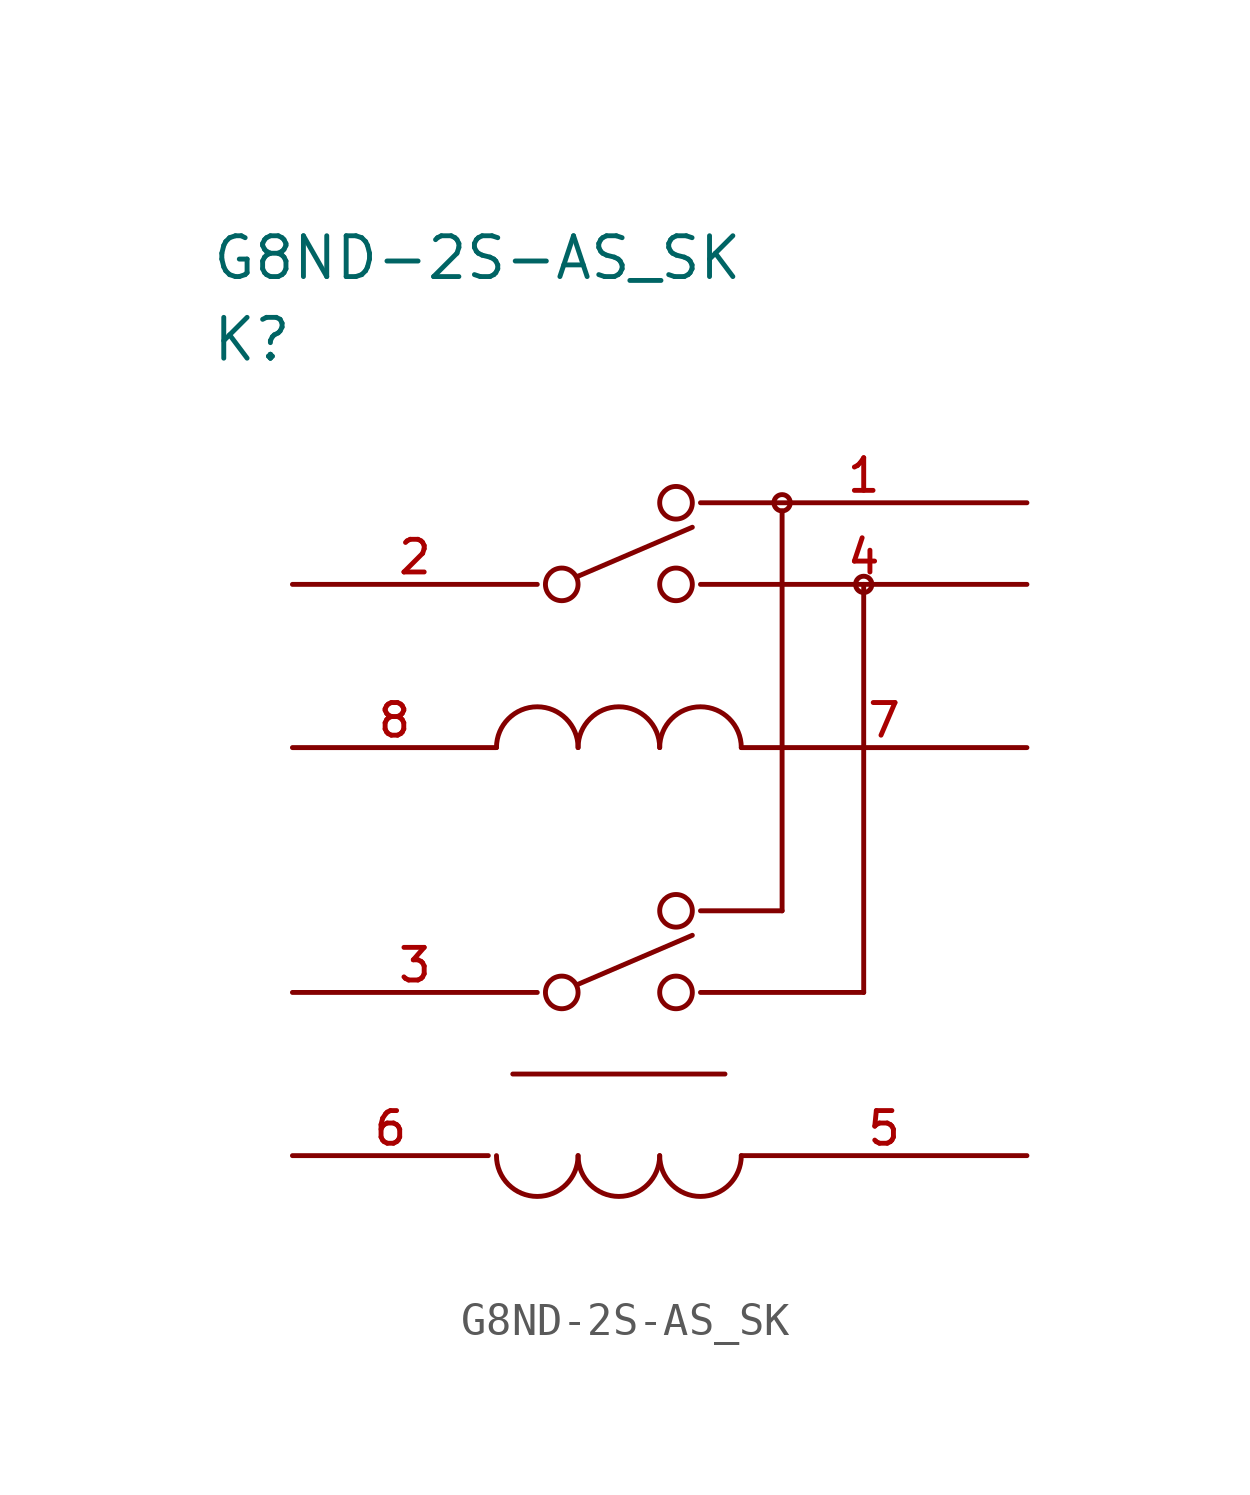
<source format=kicad_sym>
(kicad_symbol_lib
  (version 20211014)
  (generator kicad_symbol_editor)
  (symbol "G8ND-2S-AS_SK"
    (pin_names
      (offset 1.016))
    (property "Reference" "K"
      (at 0 7.62 0)
      (effects (font (size 1.27 1.27)) (justify left)))
    (property "Value" "G8ND-2S-AS_SK"
      (at 0 10.16 0)
      (effects (font (size 1.27 1.27)) (justify left)))
    (property "ki_locked" ""
      (at 0 0 0)
      (effects (font (size 1.27 1.27))))
    (symbol "G8ND-2S-AS_SK_1_1"
      (polyline (pts (xy 11.43 -12.446) (xy 14.986 -10.922)) (stroke (width 0) (type default) (color 0 0 0 0)) (fill (type none)))
      (polyline (pts (xy 11.43 0.254) (xy 11.43 0.254)) (stroke (width 0) (type default) (color 0 0 0 0)) (fill (type none)))
      (polyline (pts (xy 11.43 0.254) (xy 14.986 1.778)) (stroke (width 0) (type default) (color 0 0 0 0)) (fill (type none)))
      (polyline (pts (xy 15.24 -12.7) (xy 20.32 -12.7)) (stroke (width 0) (type default) (color 0 0 0 0)) (fill (type none)))
      (polyline (pts (xy 15.24 -10.16) (xy 17.78 -10.16)) (stroke (width 0) (type default) (color 0 0 0 0)) (fill (type none)))
      (polyline (pts (xy 16.002 -15.24) (xy 9.398 -15.24)) (stroke (width 0) (type default) (color 0 0 0 0)) (fill (type none)))
      (polyline (pts (xy 17.78 -10.16) (xy 17.78 2.286)) (stroke (width 0) (type default) (color 0 0 0 0)) (fill (type none)))
      (polyline (pts (xy 20.32 -12.7) (xy 20.32 0)) (stroke (width 0) (type default) (color 0 0 0 0)) (fill (type none)))
      (arc (start 8.89 -17.78) (mid 10.16 -19.05) (end 11.43 -17.78) (stroke (width 0) (type default) (color 0 0 0 0)) (fill (type none)))
      (circle (center 10.922 -12.7) (radius 0.508) (stroke (width 0) (type default) (color 0 0 0 0)) (fill (type none)))
      (circle (center 10.922 0) (radius 0.508) (stroke (width 0) (type default) (color 0 0 0 0)) (fill (type none)))
      (arc (start 11.43 -17.78) (mid 12.7 -19.05) (end 13.97 -17.78) (stroke (width 0) (type default) (color 0 0 0 0)) (fill (type none)))
      (arc (start 11.43 -5.08) (mid 10.16 -3.81) (end 8.89 -5.08) (stroke (width 0) (type default) (color 0 0 0 0)) (fill (type none)))
      (arc (start 13.97 -17.78) (mid 15.24 -19.05) (end 16.51 -17.78) (stroke (width 0) (type default) (color 0 0 0 0)) (fill (type none)))
      (arc (start 13.97 -5.08) (mid 12.7 -3.81) (end 11.43 -5.08) (stroke (width 0) (type default) (color 0 0 0 0)) (fill (type none)))
      (circle (center 14.478 -12.7) (radius 0.508) (stroke (width 0) (type default) (color 0 0 0 0)) (fill (type none)))
      (circle (center 14.478 -10.16) (radius 0.508) (stroke (width 0) (type default) (color 0 0 0 0)) (fill (type none)))
      (circle (center 14.478 0) (radius 0.508) (stroke (width 0) (type default) (color 0 0 0 0)) (fill (type none)))
      (circle (center 14.478 2.54) (radius 0.508) (stroke (width 0) (type default) (color 0 0 0 0)) (fill (type none)))
      (arc (start 16.51 -5.08) (mid 15.24 -3.81) (end 13.97 -5.08) (stroke (width 0) (type default) (color 0 0 0 0)) (fill (type none)))
      (circle (center 17.78 2.54) (radius 0.254) (stroke (width 0) (type default) (color 0 0 0 0)) (fill (type none)))
      (circle (center 20.32 0) (radius 0.254) (stroke (width 0) (type default) (color 0 0 0 0)) (fill (type none)))
      (pin passive line (at 25.4 2.54 180) (length 10.16) (name "1" (effects (font (size 0 0)))) (number "1" (effects (font (size 1.016 1.016)))))
      (pin passive line (at 2.54 0 0) (length 7.62) (name "2" (effects (font (size 0 0)))) (number "2" (effects (font (size 1.016 1.016)))))
      (pin passive line (at 2.54 -12.7 0) (length 7.62) (name "3" (effects (font (size 0 0)))) (number "3" (effects (font (size 1.016 1.016)))))
      (pin passive line (at 25.4 0 180) (length 10.16) (name "4" (effects (font (size 0 0)))) (number "4" (effects (font (size 1.016 1.016)))))
      (pin passive line (at 25.4 -17.78 180) (length 8.89) (name "5" (effects (font (size 0 0)))) (number "5" (effects (font (size 1.016 1.016)))))
      (pin passive line (at 2.54 -17.78 0) (length 6.096) (name "6" (effects (font (size 0 0)))) (number "6" (effects (font (size 1.016 1.016)))))
      (pin passive line (at 25.4 -5.08 180) (length 8.89) (name "7" (effects (font (size 0 0)))) (number "7" (effects (font (size 1.016 1.016)))))
      (pin passive line (at 2.54 -5.08 0) (length 6.35) (name "8" (effects (font (size 0 0)))) (number "8" (effects (font (size 1.016 1.016))))))))
</source>
